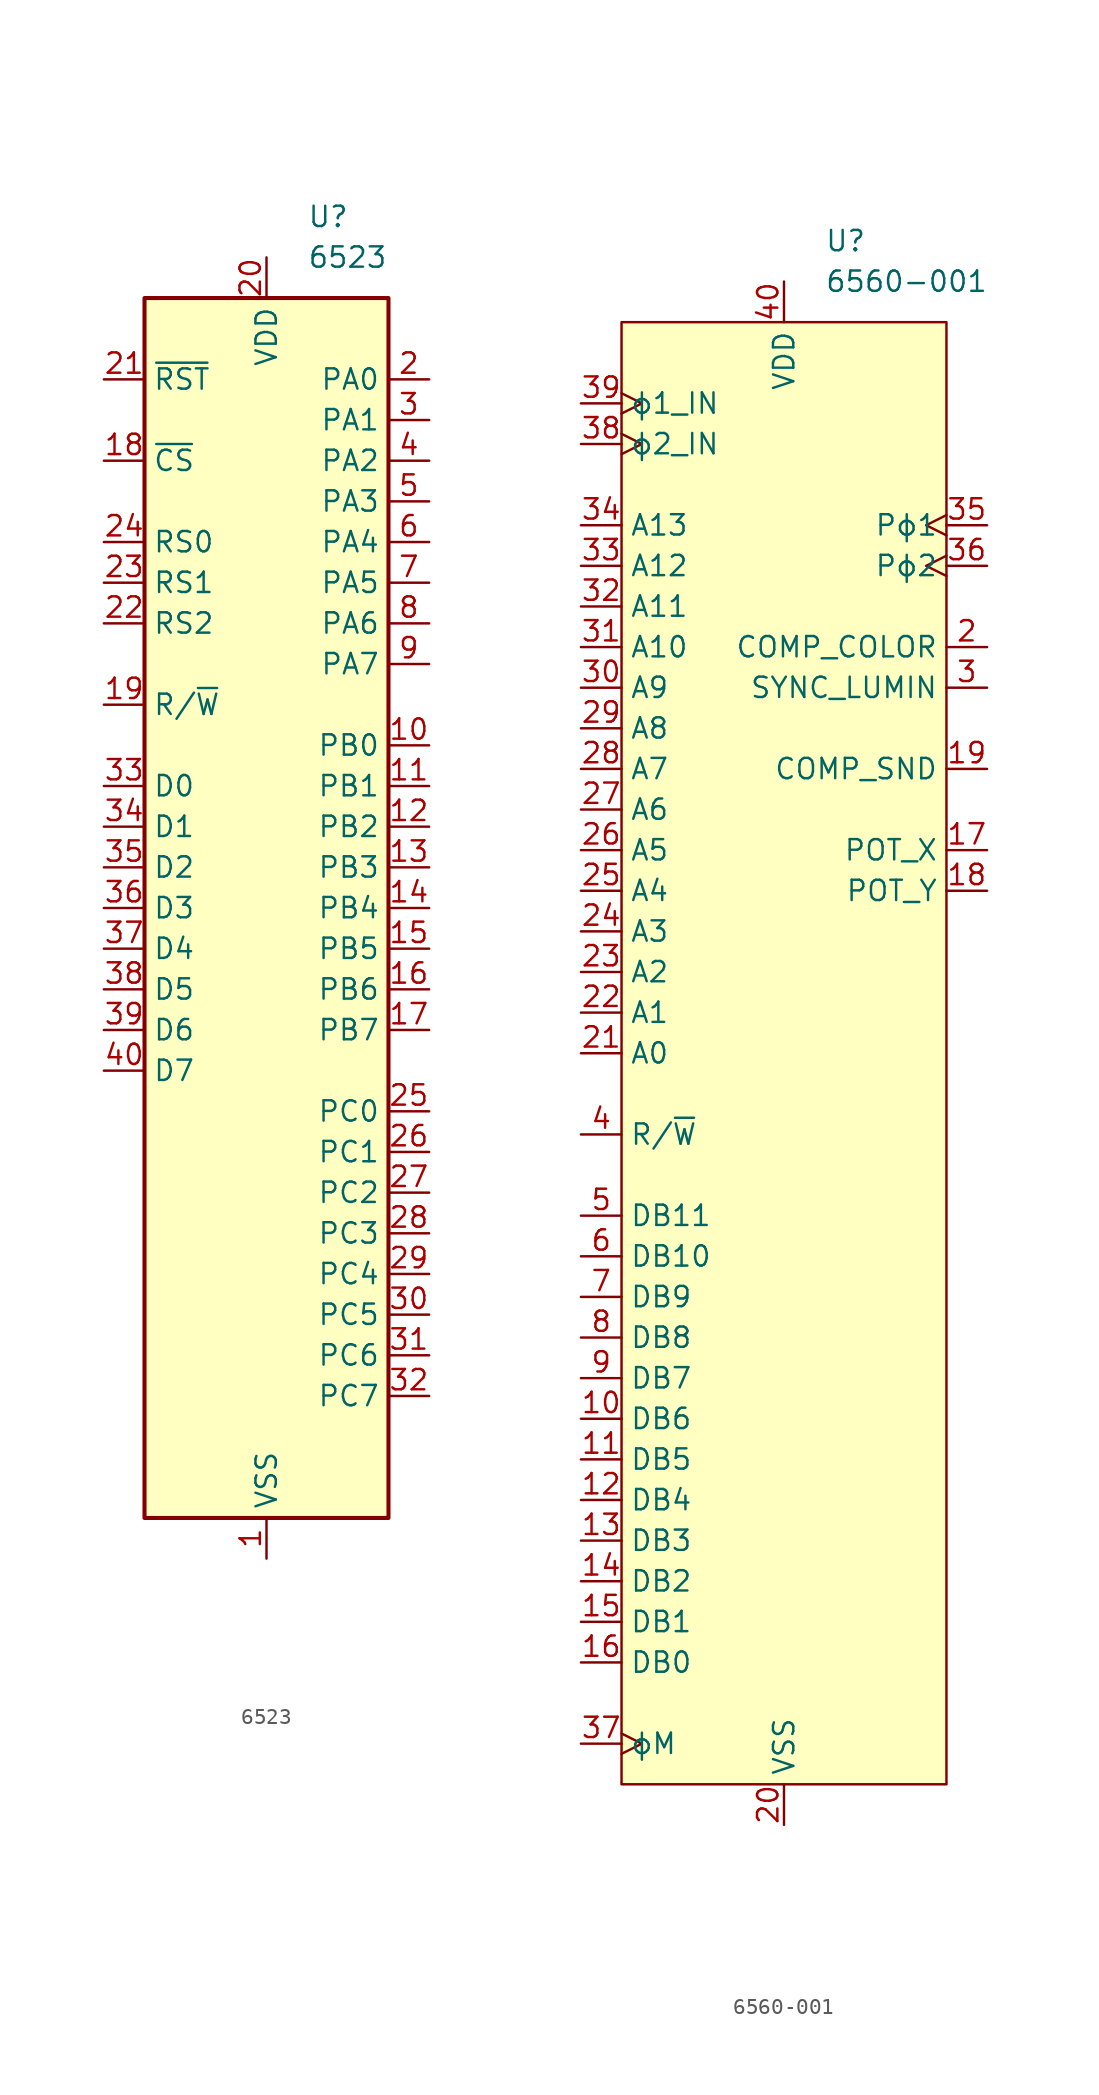
<source format=kicad_sym>
(kicad_symbol_lib
  (version 20220914)
  (generator kicad_symbol_editor)
  (symbol "6523"
    (property "Reference" "U"
      (at 2.54 43.18 0)
      (effects (font (size 1.27 1.27)) (justify left)))
    (property "Value" "6523"
      (at 2.54 40.64 0)
      (effects (font (size 1.27 1.27)) (justify left)))
    (symbol "6523_0_1"
      (rectangle (start -7.62 38.1) (end 7.62 -38.1) (stroke (width 0.254) (type default)) (fill (type background))))
    (symbol "6523_1_1"
      (pin power_in line (at 0 -40.64 90) (length 2.54) (name "VSS" (effects (font (size 1.27 1.27)))) (number "1" (effects (font (size 1.27 1.27)))))
      (pin bidirectional line (at 10.16 10.16 180) (length 2.54) (name "PB0" (effects (font (size 1.27 1.27)))) (number "10" (effects (font (size 1.27 1.27)))))
      (pin bidirectional line (at 10.16 7.62 180) (length 2.54) (name "PB1" (effects (font (size 1.27 1.27)))) (number "11" (effects (font (size 1.27 1.27)))))
      (pin bidirectional line (at 10.16 5.08 180) (length 2.54) (name "PB2" (effects (font (size 1.27 1.27)))) (number "12" (effects (font (size 1.27 1.27)))))
      (pin bidirectional line (at 10.16 2.54 180) (length 2.54) (name "PB3" (effects (font (size 1.27 1.27)))) (number "13" (effects (font (size 1.27 1.27)))))
      (pin bidirectional line (at 10.16 0 180) (length 2.54) (name "PB4" (effects (font (size 1.27 1.27)))) (number "14" (effects (font (size 1.27 1.27)))))
      (pin bidirectional line (at 10.16 -2.54 180) (length 2.54) (name "PB5" (effects (font (size 1.27 1.27)))) (number "15" (effects (font (size 1.27 1.27)))))
      (pin bidirectional line (at 10.16 -5.08 180) (length 2.54) (name "PB6" (effects (font (size 1.27 1.27)))) (number "16" (effects (font (size 1.27 1.27)))))
      (pin bidirectional line (at 10.16 -7.62 180) (length 2.54) (name "PB7" (effects (font (size 1.27 1.27)))) (number "17" (effects (font (size 1.27 1.27)))))
      (pin input line (at -10.16 27.94 0) (length 2.54) (name "~{CS}" (effects (font (size 1.27 1.27)))) (number "18" (effects (font (size 1.27 1.27)))))
      (pin input line (at -10.16 12.7 0) (length 2.54) (name "R/~{W}" (effects (font (size 1.27 1.27)))) (number "19" (effects (font (size 1.27 1.27)))))
      (pin bidirectional line (at 10.16 33.02 180) (length 2.54) (name "PA0" (effects (font (size 1.27 1.27)))) (number "2" (effects (font (size 1.27 1.27)))))
      (pin power_in line (at 0 40.64 270) (length 2.54) (name "VDD" (effects (font (size 1.27 1.27)))) (number "20" (effects (font (size 1.27 1.27)))))
      (pin input line (at -10.16 33.02 0) (length 2.54) (name "~{RST}" (effects (font (size 1.27 1.27)))) (number "21" (effects (font (size 1.27 1.27)))))
      (pin input line (at -10.16 17.78 0) (length 2.54) (name "RS2" (effects (font (size 1.27 1.27)))) (number "22" (effects (font (size 1.27 1.27)))))
      (pin input line (at -10.16 20.32 0) (length 2.54) (name "RS1" (effects (font (size 1.27 1.27)))) (number "23" (effects (font (size 1.27 1.27)))))
      (pin input line (at -10.16 22.86 0) (length 2.54) (name "RS0" (effects (font (size 1.27 1.27)))) (number "24" (effects (font (size 1.27 1.27)))))
      (pin bidirectional line (at 10.16 -12.7 180) (length 2.54) (name "PC0" (effects (font (size 1.27 1.27)))) (number "25" (effects (font (size 1.27 1.27)))))
      (pin bidirectional line (at 10.16 -15.24 180) (length 2.54) (name "PC1" (effects (font (size 1.27 1.27)))) (number "26" (effects (font (size 1.27 1.27)))))
      (pin bidirectional line (at 10.16 -17.78 180) (length 2.54) (name "PC2" (effects (font (size 1.27 1.27)))) (number "27" (effects (font (size 1.27 1.27)))))
      (pin bidirectional line (at 10.16 -20.32 180) (length 2.54) (name "PC3" (effects (font (size 1.27 1.27)))) (number "28" (effects (font (size 1.27 1.27)))))
      (pin bidirectional line (at 10.16 -22.86 180) (length 2.54) (name "PC4" (effects (font (size 1.27 1.27)))) (number "29" (effects (font (size 1.27 1.27)))))
      (pin bidirectional line (at 10.16 30.48 180) (length 2.54) (name "PA1" (effects (font (size 1.27 1.27)))) (number "3" (effects (font (size 1.27 1.27)))))
      (pin bidirectional line (at 10.16 -25.4 180) (length 2.54) (name "PC5" (effects (font (size 1.27 1.27)))) (number "30" (effects (font (size 1.27 1.27)))))
      (pin bidirectional line (at 10.16 -27.94 180) (length 2.54) (name "PC6" (effects (font (size 1.27 1.27)))) (number "31" (effects (font (size 1.27 1.27)))))
      (pin bidirectional line (at 10.16 -30.48 180) (length 2.54) (name "PC7" (effects (font (size 1.27 1.27)))) (number "32" (effects (font (size 1.27 1.27)))))
      (pin bidirectional line (at -10.16 7.62 0) (length 2.54) (name "D0" (effects (font (size 1.27 1.27)))) (number "33" (effects (font (size 1.27 1.27)))))
      (pin bidirectional line (at -10.16 5.08 0) (length 2.54) (name "D1" (effects (font (size 1.27 1.27)))) (number "34" (effects (font (size 1.27 1.27)))))
      (pin bidirectional line (at -10.16 2.54 0) (length 2.54) (name "D2" (effects (font (size 1.27 1.27)))) (number "35" (effects (font (size 1.27 1.27)))))
      (pin bidirectional line (at -10.16 0 0) (length 2.54) (name "D3" (effects (font (size 1.27 1.27)))) (number "36" (effects (font (size 1.27 1.27)))))
      (pin bidirectional line (at -10.16 -2.54 0) (length 2.54) (name "D4" (effects (font (size 1.27 1.27)))) (number "37" (effects (font (size 1.27 1.27)))))
      (pin bidirectional line (at -10.16 -5.08 0) (length 2.54) (name "D5" (effects (font (size 1.27 1.27)))) (number "38" (effects (font (size 1.27 1.27)))))
      (pin bidirectional line (at -10.16 -7.62 0) (length 2.54) (name "D6" (effects (font (size 1.27 1.27)))) (number "39" (effects (font (size 1.27 1.27)))))
      (pin bidirectional line (at 10.16 27.94 180) (length 2.54) (name "PA2" (effects (font (size 1.27 1.27)))) (number "4" (effects (font (size 1.27 1.27)))))
      (pin bidirectional line (at -10.16 -10.16 0) (length 2.54) (name "D7" (effects (font (size 1.27 1.27)))) (number "40" (effects (font (size 1.27 1.27)))))
      (pin bidirectional line (at 10.16 25.4 180) (length 2.54) (name "PA3" (effects (font (size 1.27 1.27)))) (number "5" (effects (font (size 1.27 1.27)))))
      (pin bidirectional line (at 10.16 22.86 180) (length 2.54) (name "PA4" (effects (font (size 1.27 1.27)))) (number "6" (effects (font (size 1.27 1.27)))))
      (pin bidirectional line (at 10.16 20.32 180) (length 2.54) (name "PA5" (effects (font (size 1.27 1.27)))) (number "7" (effects (font (size 1.27 1.27)))))
      (pin bidirectional line (at 10.16 17.78 180) (length 2.54) (name "PA6" (effects (font (size 1.27 1.27)))) (number "8" (effects (font (size 1.27 1.27)))))
      (pin bidirectional line (at 10.16 15.24 180) (length 2.54) (name "PA7" (effects (font (size 1.27 1.27)))) (number "9" (effects (font (size 1.27 1.27)))))))
  (symbol "6560-001"
    (property "Reference" "U"
      (at 2.54 50.8 0)
      (effects (font (size 1.27 1.27)) (justify left)))
    (property "Value" "6560-001"
      (at 2.54 48.26 0)
      (effects (font (size 1.27 1.27)) (justify left)))
    (symbol "6560-001_0_1"
      (rectangle (start -10.16 45.72) (end 10.16 -45.72) (stroke (width 0) (type default)) (fill (type background))))
    (symbol "6560-001_1_1"
      (pin no_connect non_logic (at 10.16 0 180) (length 2.54) hide (name "nc" (effects (font (size 1.27 1.27)))) (number "1" (effects (font (size 1.27 1.27)))))
      (pin bidirectional line (at -12.7 -22.86 0) (length 2.54) (name "DB6" (effects (font (size 1.27 1.27)))) (number "10" (effects (font (size 1.27 1.27)))))
      (pin bidirectional line (at -12.7 -25.4 0) (length 2.54) (name "DB5" (effects (font (size 1.27 1.27)))) (number "11" (effects (font (size 1.27 1.27)))))
      (pin bidirectional line (at -12.7 -27.94 0) (length 2.54) (name "DB4" (effects (font (size 1.27 1.27)))) (number "12" (effects (font (size 1.27 1.27)))))
      (pin bidirectional line (at -12.7 -30.48 0) (length 2.54) (name "DB3" (effects (font (size 1.27 1.27)))) (number "13" (effects (font (size 1.27 1.27)))))
      (pin bidirectional line (at -12.7 -33.02 0) (length 2.54) (name "DB2" (effects (font (size 1.27 1.27)))) (number "14" (effects (font (size 1.27 1.27)))))
      (pin bidirectional line (at -12.7 -35.56 0) (length 2.54) (name "DB1" (effects (font (size 1.27 1.27)))) (number "15" (effects (font (size 1.27 1.27)))))
      (pin bidirectional line (at -12.7 -38.1 0) (length 2.54) (name "DB0" (effects (font (size 1.27 1.27)))) (number "16" (effects (font (size 1.27 1.27)))))
      (pin input line (at 12.7 12.7 180) (length 2.54) (name "POT_X" (effects (font (size 1.27 1.27)))) (number "17" (effects (font (size 1.27 1.27)))))
      (pin input line (at 12.7 10.16 180) (length 2.54) (name "POT_Y" (effects (font (size 1.27 1.27)))) (number "18" (effects (font (size 1.27 1.27)))))
      (pin output line (at 12.7 17.78 180) (length 2.54) (name "COMP_SND" (effects (font (size 1.27 1.27)))) (number "19" (effects (font (size 1.27 1.27)))))
      (pin output line (at 12.7 25.4 180) (length 2.54) (name "COMP_COLOR" (effects (font (size 1.27 1.27)))) (number "2" (effects (font (size 1.27 1.27)))))
      (pin power_in line (at 0 -48.26 90) (length 2.54) (name "VSS" (effects (font (size 1.27 1.27)))) (number "20" (effects (font (size 1.27 1.27)))))
      (pin bidirectional line (at -12.7 0 0) (length 2.54) (name "A0" (effects (font (size 1.27 1.27)))) (number "21" (effects (font (size 1.27 1.27)))))
      (pin bidirectional line (at -12.7 2.54 0) (length 2.54) (name "A1" (effects (font (size 1.27 1.27)))) (number "22" (effects (font (size 1.27 1.27)))))
      (pin bidirectional line (at -12.7 5.08 0) (length 2.54) (name "A2" (effects (font (size 1.27 1.27)))) (number "23" (effects (font (size 1.27 1.27)))))
      (pin bidirectional line (at -12.7 7.62 0) (length 2.54) (name "A3" (effects (font (size 1.27 1.27)))) (number "24" (effects (font (size 1.27 1.27)))))
      (pin bidirectional line (at -12.7 10.16 0) (length 2.54) (name "A4" (effects (font (size 1.27 1.27)))) (number "25" (effects (font (size 1.27 1.27)))))
      (pin bidirectional line (at -12.7 12.7 0) (length 2.54) (name "A5" (effects (font (size 1.27 1.27)))) (number "26" (effects (font (size 1.27 1.27)))))
      (pin bidirectional line (at -12.7 15.24 0) (length 2.54) (name "A6" (effects (font (size 1.27 1.27)))) (number "27" (effects (font (size 1.27 1.27)))))
      (pin bidirectional line (at -12.7 17.78 0) (length 2.54) (name "A7" (effects (font (size 1.27 1.27)))) (number "28" (effects (font (size 1.27 1.27)))))
      (pin bidirectional line (at -12.7 20.32 0) (length 2.54) (name "A8" (effects (font (size 1.27 1.27)))) (number "29" (effects (font (size 1.27 1.27)))))
      (pin output line (at 12.7 22.86 180) (length 2.54) (name "SYNC_LUMIN" (effects (font (size 1.27 1.27)))) (number "3" (effects (font (size 1.27 1.27)))))
      (pin bidirectional line (at -12.7 22.86 0) (length 2.54) (name "A9" (effects (font (size 1.27 1.27)))) (number "30" (effects (font (size 1.27 1.27)))))
      (pin bidirectional line (at -12.7 25.4 0) (length 2.54) (name "A10" (effects (font (size 1.27 1.27)))) (number "31" (effects (font (size 1.27 1.27)))))
      (pin bidirectional line (at -12.7 27.94 0) (length 2.54) (name "A11" (effects (font (size 1.27 1.27)))) (number "32" (effects (font (size 1.27 1.27)))))
      (pin bidirectional line (at -12.7 30.48 0) (length 2.54) (name "A12" (effects (font (size 1.27 1.27)))) (number "33" (effects (font (size 1.27 1.27)))))
      (pin bidirectional line (at -12.7 33.02 0) (length 2.54) (name "A13" (effects (font (size 1.27 1.27)))) (number "34" (effects (font (size 1.27 1.27)))))
      (pin output clock (at 12.7 33.02 180) (length 2.54) (name "Pϕ1" (effects (font (size 1.27 1.27)))) (number "35" (effects (font (size 1.27 1.27)))))
      (pin output clock (at 12.7 30.48 180) (length 2.54) (name "Pϕ2" (effects (font (size 1.27 1.27)))) (number "36" (effects (font (size 1.27 1.27)))))
      (pin output clock (at -12.7 -43.18 0) (length 2.54) (name "ϕM" (effects (font (size 1.27 1.27)))) (number "37" (effects (font (size 1.27 1.27)))))
      (pin input clock (at -12.7 38.1 0) (length 2.54) (name "ϕ2_IN" (effects (font (size 1.27 1.27)))) (number "38" (effects (font (size 1.27 1.27)))))
      (pin input clock (at -12.7 40.64 0) (length 2.54) (name "ϕ1_IN" (effects (font (size 1.27 1.27)))) (number "39" (effects (font (size 1.27 1.27)))))
      (pin input line (at -12.7 -5.08 0) (length 2.54) (name "R/~{W}" (effects (font (size 1.27 1.27)))) (number "4" (effects (font (size 1.27 1.27)))))
      (pin power_in line (at 0 48.26 270) (length 2.54) (name "VDD" (effects (font (size 1.27 1.27)))) (number "40" (effects (font (size 1.27 1.27)))))
      (pin input line (at -12.7 -10.16 0) (length 2.54) (name "DB11" (effects (font (size 1.27 1.27)))) (number "5" (effects (font (size 1.27 1.27)))))
      (pin input line (at -12.7 -12.7 0) (length 2.54) (name "DB10" (effects (font (size 1.27 1.27)))) (number "6" (effects (font (size 1.27 1.27)))))
      (pin input line (at -12.7 -15.24 0) (length 2.54) (name "DB9" (effects (font (size 1.27 1.27)))) (number "7" (effects (font (size 1.27 1.27)))))
      (pin input line (at -12.7 -17.78 0) (length 2.54) (name "DB8" (effects (font (size 1.27 1.27)))) (number "8" (effects (font (size 1.27 1.27)))))
      (pin bidirectional line (at -12.7 -20.32 0) (length 2.54) (name "DB7" (effects (font (size 1.27 1.27)))) (number "9" (effects (font (size 1.27 1.27))))))))
</source>
